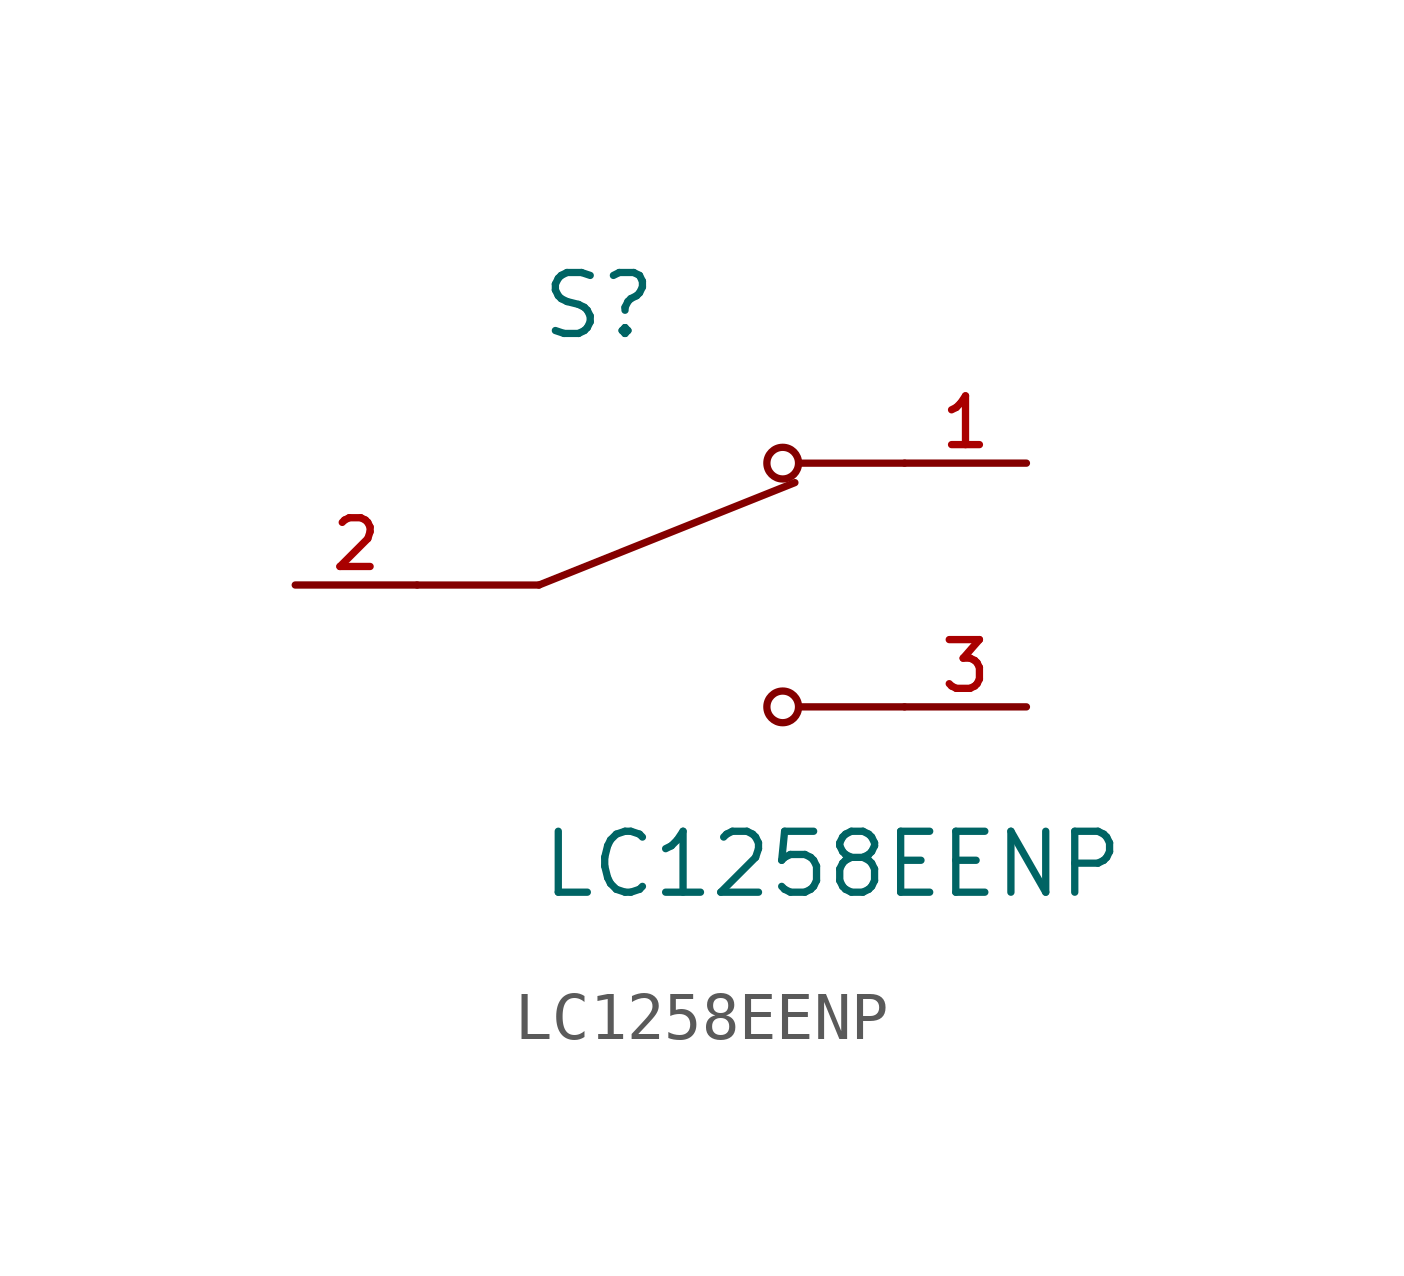
<source format=kicad_sym>
(kicad_symbol_lib
  (version 20211014)
  (generator kicad_symbol_editor)
  (symbol "LC1258EENP"
    (pin_names
      (offset 1.016))
    (property "Reference" "S"
      (at -2.54 5.08 0)
      (effects (font (size 1.27 1.27)) (justify bottom left)))
    (property "Value" "LC1258EENP"
      (at -2.54 -5.08 0)
      (effects (font (size 1.27 1.27)) (justify top left)))
    (symbol "LC1258EENP_0_0"
      (polyline (pts (xy -2.54 0.0) (xy 2.794 2.134)) (stroke (width 0.152)))
      (circle (center 2.54 2.54) (radius 0.33) (stroke (width 0.152)) (fill (type none)))
      (circle (center 2.54 -2.54) (radius 0.33) (stroke (width 0.152)) (fill (type none)))
      (polyline (pts (xy 5.08 -2.54) (xy 2.921 -2.54)) (stroke (width 0.152)))
      (polyline (pts (xy 5.08 2.54) (xy 2.921 2.54)) (stroke (width 0.152)))
      (polyline (pts (xy -2.54 0.0) (xy -5.08 0.0)) (stroke (width 0.152)))
      (pin passive line (at 7.62 2.54 180.0) (length 2.54) (name "~" (effects (font (size 1.016 1.016)))) (number "1" (effects (font (size 1.016 1.016)))))
      (pin passive line (at -7.62 0.0 0) (length 2.54) (name "~" (effects (font (size 1.016 1.016)))) (number "2" (effects (font (size 1.016 1.016)))))
      (pin passive line (at 7.62 -2.54 180.0) (length 2.54) (name "~" (effects (font (size 1.016 1.016)))) (number "3" (effects (font (size 1.016 1.016))))))))
</source>
